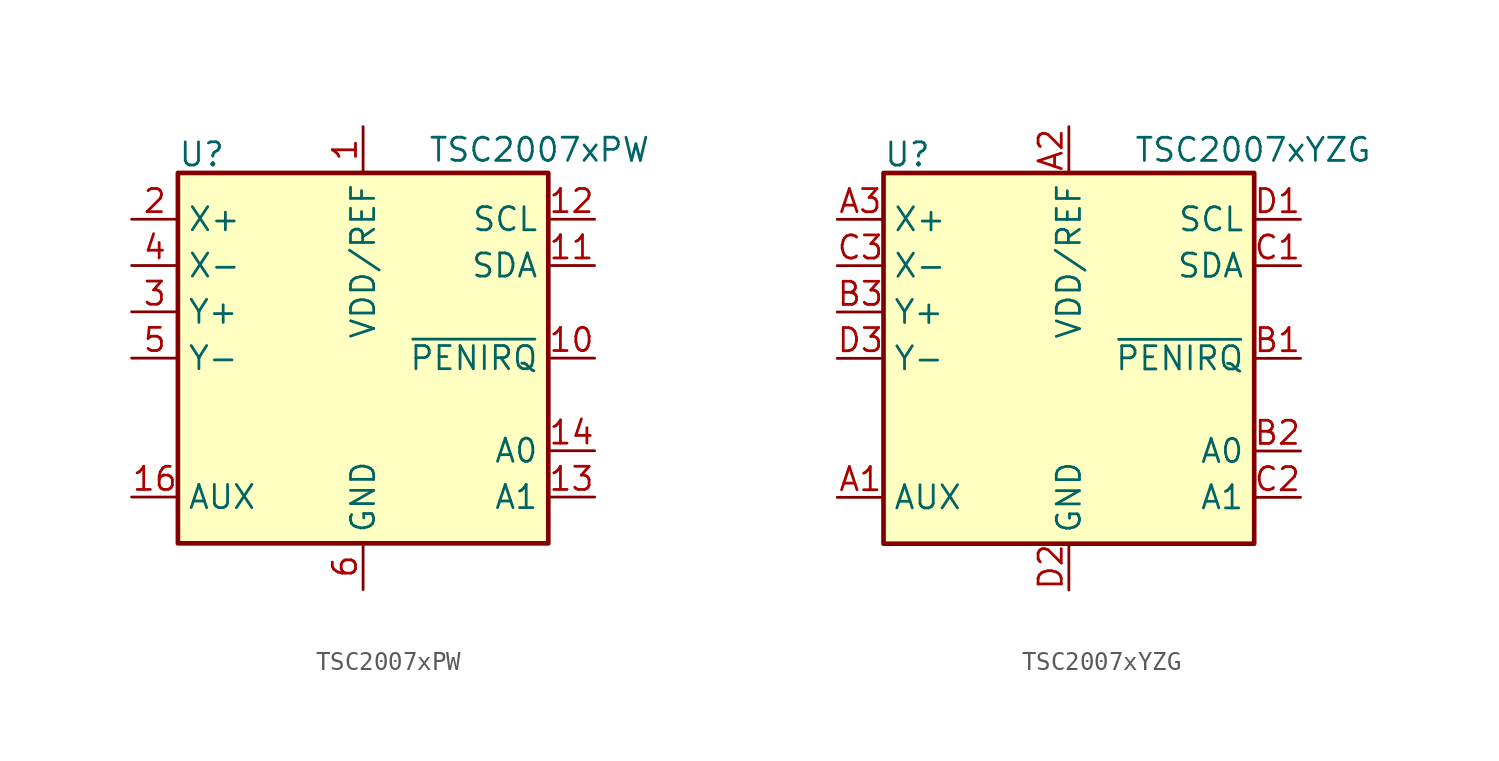
<source format=kicad_sym>
(kicad_symbol_lib
  (version 20241209)
  (generator "kicad_symbol_editor")
  (generator_version "9.0")
  (symbol "TSC2007xPW"
    (property "Reference" "U"
      (at -10.16 11.176 0)
      (effects (font (size 1.27 1.27)) (justify left)))
    (property "Value" "TSC2007xPW"
      (at 3.556 11.43 0)
      (effects (font (size 1.27 1.27)) (justify left)))
    (symbol "TSC2007xPW_0_1"
      (rectangle (start -10.16 10.16) (end 10.16 -10.16) (stroke (width 0.254) (type default)) (fill (type background))))
    (symbol "TSC2007xPW_1_1"
      (pin input line (at -12.7 7.62 0) (length 2.54) (name "X+" (effects (font (size 1.27 1.27)))) (number "2" (effects (font (size 1.27 1.27)))))
      (pin input line (at -12.7 5.08 0) (length 2.54) (name "X-" (effects (font (size 1.27 1.27)))) (number "4" (effects (font (size 1.27 1.27)))))
      (pin input line (at -12.7 2.54 0) (length 2.54) (name "Y+" (effects (font (size 1.27 1.27)))) (number "3" (effects (font (size 1.27 1.27)))))
      (pin input line (at -12.7 0 0) (length 2.54) (name "Y-" (effects (font (size 1.27 1.27)))) (number "5" (effects (font (size 1.27 1.27)))))
      (pin input line (at -12.7 -7.62 0) (length 2.54) (name "AUX" (effects (font (size 1.27 1.27)))) (number "16" (effects (font (size 1.27 1.27)))))
      (pin no_connect line (at -10.16 -2.54 0) (length 2.54) (hide yes) (name "NC" (effects (font (size 1.27 1.27)))) (number "7" (effects (font (size 1.27 1.27)))))
      (pin no_connect line (at -10.16 -5.08 0) (length 2.54) (hide yes) (name "NC" (effects (font (size 1.27 1.27)))) (number "8" (effects (font (size 1.27 1.27)))))
      (pin power_in line (at 0 12.7 270) (length 2.54) (name "VDD/REF" (effects (font (size 1.27 1.27)))) (number "1" (effects (font (size 1.27 1.27)))))
      (pin power_in line (at 0 -12.7 90) (length 2.54) (name "GND" (effects (font (size 1.27 1.27)))) (number "6" (effects (font (size 1.27 1.27)))))
      (pin no_connect line (at 10.16 2.54 180) (length 2.54) (hide yes) (name "NC" (effects (font (size 1.27 1.27)))) (number "15" (effects (font (size 1.27 1.27)))))
      (pin no_connect line (at 10.16 -2.54 180) (length 2.54) (hide yes) (name "NC" (effects (font (size 1.27 1.27)))) (number "9" (effects (font (size 1.27 1.27)))))
      (pin bidirectional line (at 12.7 7.62 180) (length 2.54) (name "SCL" (effects (font (size 1.27 1.27)))) (number "12" (effects (font (size 1.27 1.27)))))
      (pin bidirectional line (at 12.7 5.08 180) (length 2.54) (name "SDA" (effects (font (size 1.27 1.27)))) (number "11" (effects (font (size 1.27 1.27)))))
      (pin open_collector line (at 12.7 0 180) (length 2.54) (name "~{PENIRQ}" (effects (font (size 1.27 1.27)))) (number "10" (effects (font (size 1.27 1.27)))))
      (pin input line (at 12.7 -5.08 180) (length 2.54) (name "A0" (effects (font (size 1.27 1.27)))) (number "14" (effects (font (size 1.27 1.27)))))
      (pin input line (at 12.7 -7.62 180) (length 2.54) (name "A1" (effects (font (size 1.27 1.27)))) (number "13" (effects (font (size 1.27 1.27)))))))
  (symbol "TSC2007xYZG"
    (property "Reference" "U"
      (at -10.16 11.176 0)
      (effects (font (size 1.27 1.27)) (justify left)))
    (property "Value" "TSC2007xYZG"
      (at 3.556 11.43 0)
      (effects (font (size 1.27 1.27)) (justify left)))
    (symbol "TSC2007xYZG_0_1"
      (rectangle (start -10.16 10.16) (end 10.16 -10.16) (stroke (width 0.254) (type default)) (fill (type background))))
    (symbol "TSC2007xYZG_1_1"
      (pin input line (at -12.7 7.62 0) (length 2.54) (name "X+" (effects (font (size 1.27 1.27)))) (number "A3" (effects (font (size 1.27 1.27)))))
      (pin input line (at -12.7 5.08 0) (length 2.54) (name "X-" (effects (font (size 1.27 1.27)))) (number "C3" (effects (font (size 1.27 1.27)))))
      (pin input line (at -12.7 2.54 0) (length 2.54) (name "Y+" (effects (font (size 1.27 1.27)))) (number "B3" (effects (font (size 1.27 1.27)))))
      (pin input line (at -12.7 0 0) (length 2.54) (name "Y-" (effects (font (size 1.27 1.27)))) (number "D3" (effects (font (size 1.27 1.27)))))
      (pin input line (at -12.7 -7.62 0) (length 2.54) (name "AUX" (effects (font (size 1.27 1.27)))) (number "A1" (effects (font (size 1.27 1.27)))))
      (pin power_in line (at 0 12.7 270) (length 2.54) (name "VDD/REF" (effects (font (size 1.27 1.27)))) (number "A2" (effects (font (size 1.27 1.27)))))
      (pin power_in line (at 0 -12.7 90) (length 2.54) (name "GND" (effects (font (size 1.27 1.27)))) (number "D2" (effects (font (size 1.27 1.27)))))
      (pin bidirectional line (at 12.7 7.62 180) (length 2.54) (name "SCL" (effects (font (size 1.27 1.27)))) (number "D1" (effects (font (size 1.27 1.27)))))
      (pin bidirectional line (at 12.7 5.08 180) (length 2.54) (name "SDA" (effects (font (size 1.27 1.27)))) (number "C1" (effects (font (size 1.27 1.27)))))
      (pin open_collector line (at 12.7 0 180) (length 2.54) (name "~{PENIRQ}" (effects (font (size 1.27 1.27)))) (number "B1" (effects (font (size 1.27 1.27)))))
      (pin input line (at 12.7 -5.08 180) (length 2.54) (name "A0" (effects (font (size 1.27 1.27)))) (number "B2" (effects (font (size 1.27 1.27)))))
      (pin input line (at 12.7 -7.62 180) (length 2.54) (name "A1" (effects (font (size 1.27 1.27)))) (number "C2" (effects (font (size 1.27 1.27))))))))
</source>
